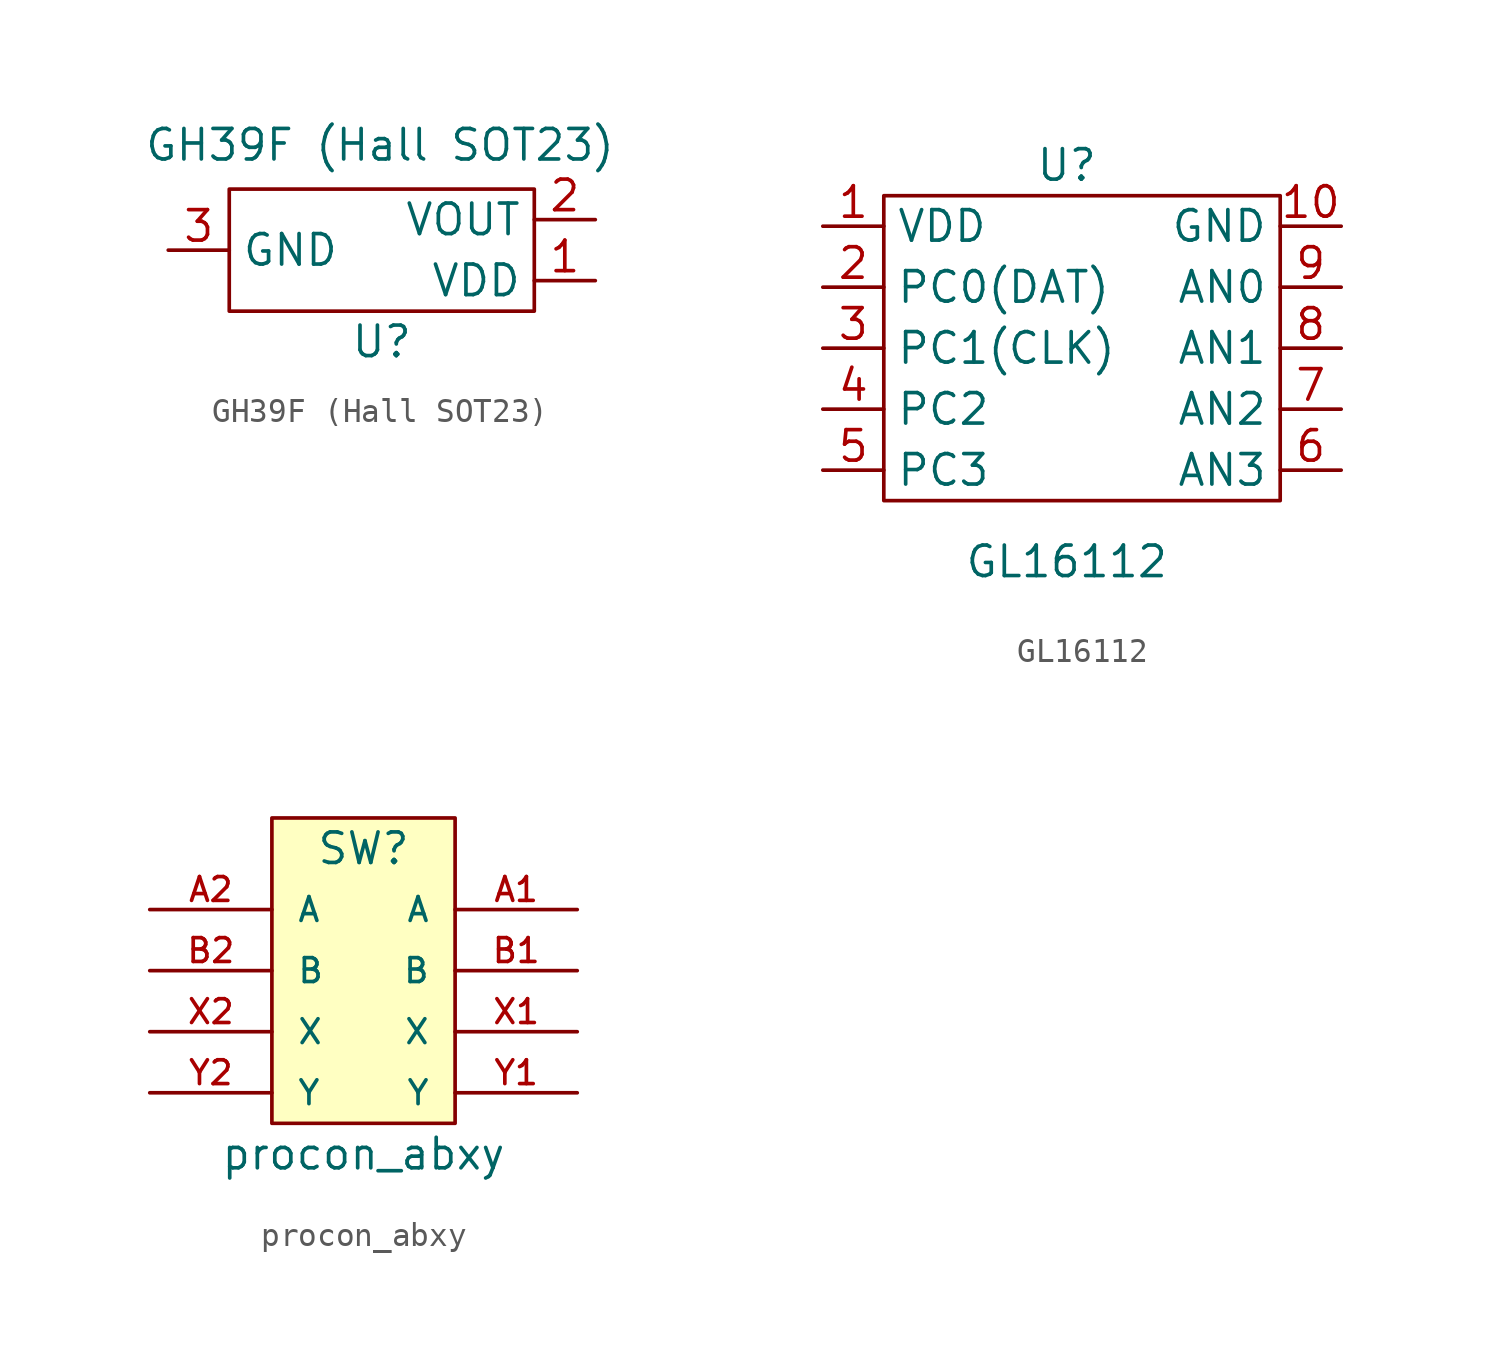
<source format=kicad_sym>
(kicad_symbol_lib
  (version 20211014)
  (generator kicad_symbol_editor)
  (symbol "GH39F (Hall SOT23)"
    (property "Reference" "U"
      (at 0 -3.81 0)
      (effects (font (size 1.27 1.27))))
    (property "Value" "GH39F (Hall SOT23)"
      (at -0.074 4.376 0)
      (effects (font (size 1.27 1.27))))
    (symbol "GH39F (Hall SOT23)_0_1"
      (rectangle (start -6.35 2.54) (end 6.35 -2.54) (stroke (width 0) (type default) (color 0 0 0 0)) (fill (type none))))
    (symbol "GH39F (Hall SOT23)_1_1"
      (pin power_in line (at 8.89 -1.27 180) (length 2.54) (name "VDD" (effects (font (size 1.27 1.27)))) (number "1" (effects (font (size 1.27 1.27)))))
      (pin output line (at 8.89 1.27 180) (length 2.54) (name "VOUT" (effects (font (size 1.27 1.27)))) (number "2" (effects (font (size 1.27 1.27)))))
      (pin power_in line (at -8.89 0 0) (length 2.54) (name "GND" (effects (font (size 1.27 1.27)))) (number "3" (effects (font (size 1.27 1.27)))))))
  (symbol "GL16112"
    (property "Reference" "U"
      (at 0 7.62 0)
      (effects (font (size 1.27 1.27))))
    (property "Value" "GL16112"
      (at 0 -8.89 0)
      (effects (font (size 1.27 1.27))))
    (symbol "GL16112_0_1"
      (rectangle (start -7.62 6.35) (end 8.89 -6.35) (stroke (width 0) (type default) (color 0 0 0 0)) (fill (type none))))
    (symbol "GL16112_1_1"
      (pin power_in line (at -10.16 5.08 0) (length 2.54) (name "VDD" (effects (font (size 1.27 1.27)))) (number "1" (effects (font (size 1.27 1.27)))))
      (pin power_in line (at 11.43 5.08 180) (length 2.54) (name "GND" (effects (font (size 1.27 1.27)))) (number "10" (effects (font (size 1.27 1.27)))))
      (pin input line (at -10.16 2.54 0) (length 2.54) (name "PC0(DAT)" (effects (font (size 1.27 1.27)))) (number "2" (effects (font (size 1.27 1.27)))))
      (pin input line (at -10.16 0 0) (length 2.54) (name "PC1(CLK)" (effects (font (size 1.27 1.27)))) (number "3" (effects (font (size 1.27 1.27)))))
      (pin input line (at -10.16 -2.54 0) (length 2.54) (name "PC2" (effects (font (size 1.27 1.27)))) (number "4" (effects (font (size 1.27 1.27)))))
      (pin input line (at -10.16 -5.08 0) (length 2.54) (name "PC3" (effects (font (size 1.27 1.27)))) (number "5" (effects (font (size 1.27 1.27)))))
      (pin input line (at 11.43 -5.08 180) (length 2.54) (name "AN3" (effects (font (size 1.27 1.27)))) (number "6" (effects (font (size 1.27 1.27)))))
      (pin input line (at 11.43 -2.54 180) (length 2.54) (name "AN2" (effects (font (size 1.27 1.27)))) (number "7" (effects (font (size 1.27 1.27)))))
      (pin input line (at 11.43 0 180) (length 2.54) (name "AN1" (effects (font (size 1.27 1.27)))) (number "8" (effects (font (size 1.27 1.27)))))
      (pin input line (at 11.43 2.54 180) (length 2.54) (name "AN0" (effects (font (size 1.27 1.27)))) (number "9" (effects (font (size 1.27 1.27)))))))
  (symbol "procon_abxy"
    (pin_names
      (offset 1.016))
    (property "Reference" "SW"
      (at 0 16.51 0)
      (effects (font (size 1.27 1.27))))
    (property "Value" "procon_abxy"
      (at 0 3.81 0)
      (effects (font (size 1.27 1.27))))
    (symbol "procon_abxy_0_1"
      (rectangle (start -3.81 17.78) (end 3.81 5.08) (stroke (width 0) (type default) (color 0 0 0 0)) (fill (type background))))
    (symbol "procon_abxy_1_1"
      (pin input line (at 8.89 13.97 180) (length 5.08) (name "A" (effects (font (size 0.991 0.991)))) (number "A1" (effects (font (size 0.991 0.991)))))
      (pin input line (at -8.89 13.97 0) (length 5.08) (name "A" (effects (font (size 0.991 0.991)))) (number "A2" (effects (font (size 0.991 0.991)))))
      (pin input line (at 8.89 11.43 180) (length 5.08) (name "B" (effects (font (size 0.991 0.991)))) (number "B1" (effects (font (size 0.991 0.991)))))
      (pin input line (at -8.89 11.43 0) (length 5.08) (name "B" (effects (font (size 0.991 0.991)))) (number "B2" (effects (font (size 0.991 0.991)))))
      (pin input line (at 8.89 8.89 180) (length 5.08) (name "X" (effects (font (size 0.991 0.991)))) (number "X1" (effects (font (size 0.991 0.991)))))
      (pin input line (at -8.89 8.89 0) (length 5.08) (name "X" (effects (font (size 0.991 0.991)))) (number "X2" (effects (font (size 0.991 0.991)))))
      (pin input line (at 8.89 6.35 180) (length 5.08) (name "Y" (effects (font (size 0.991 0.991)))) (number "Y1" (effects (font (size 0.991 0.991)))))
      (pin input line (at -8.89 6.35 0) (length 5.08) (name "Y" (effects (font (size 0.991 0.991)))) (number "Y2" (effects (font (size 0.991 0.991))))))))
</source>
